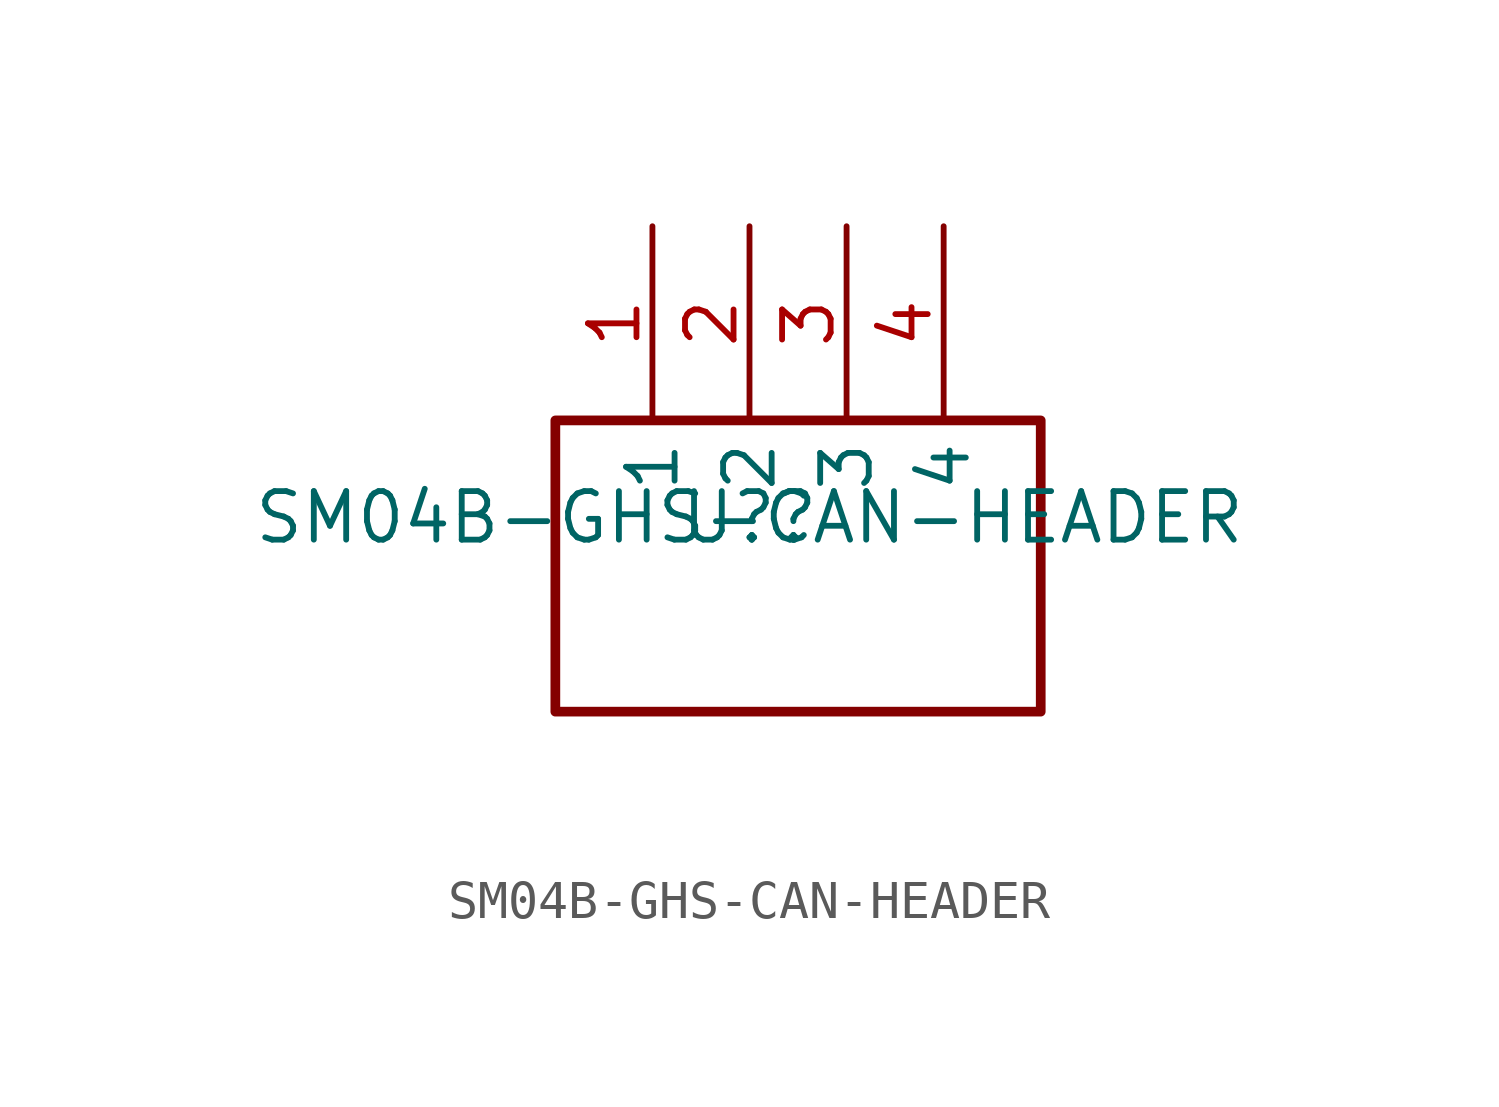
<source format=kicad_sym>
(kicad_symbol_lib
  (version 20241209)
  (generator "kicad_symbol_editor")
  (generator_version "9.0")
  (symbol "SM04B-GHS-CAN-HEADER"
    (property "Reference" "U?"
      (at 0 0 0)
      (effects (font (size 1.27 1.27))))
    (property "Value" "SM04B-GHS-CAN-HEADER"
      (at 0 0 0)
      (effects (font (size 1.27 1.27))))
    (symbol "SM04B-GHS-CAN-HEADER_0_0"
      (rectangle (start -5.08 2.54) (end 7.62 -5.08) (stroke (width 0.254) (type solid)) (fill (type none)))
      (pin power_in line (at -2.54 7.62 270) (length 5.08) (name "1" (effects (font (size 1.27 1.27)))) (number "1" (effects (font (size 1.27 1.27)))))
      (pin bidirectional line (at 0 7.62 270) (length 5.08) (name "2" (effects (font (size 1.27 1.27)))) (number "2" (effects (font (size 1.27 1.27)))))
      (pin no_connect line (at 1.27 -7.62 90) (length 2.54) (hide yes) (name "MP" (effects (font (size 1.27 1.27)))) (number "MP" (effects (font (size 1.27 1.27)))))
      (pin bidirectional line (at 2.54 7.62 270) (length 5.08) (name "3" (effects (font (size 1.27 1.27)))) (number "3" (effects (font (size 1.27 1.27)))))
      (pin power_in line (at 5.08 7.62 270) (length 5.08) (name "4" (effects (font (size 1.27 1.27)))) (number "4" (effects (font (size 1.27 1.27))))))))
</source>
